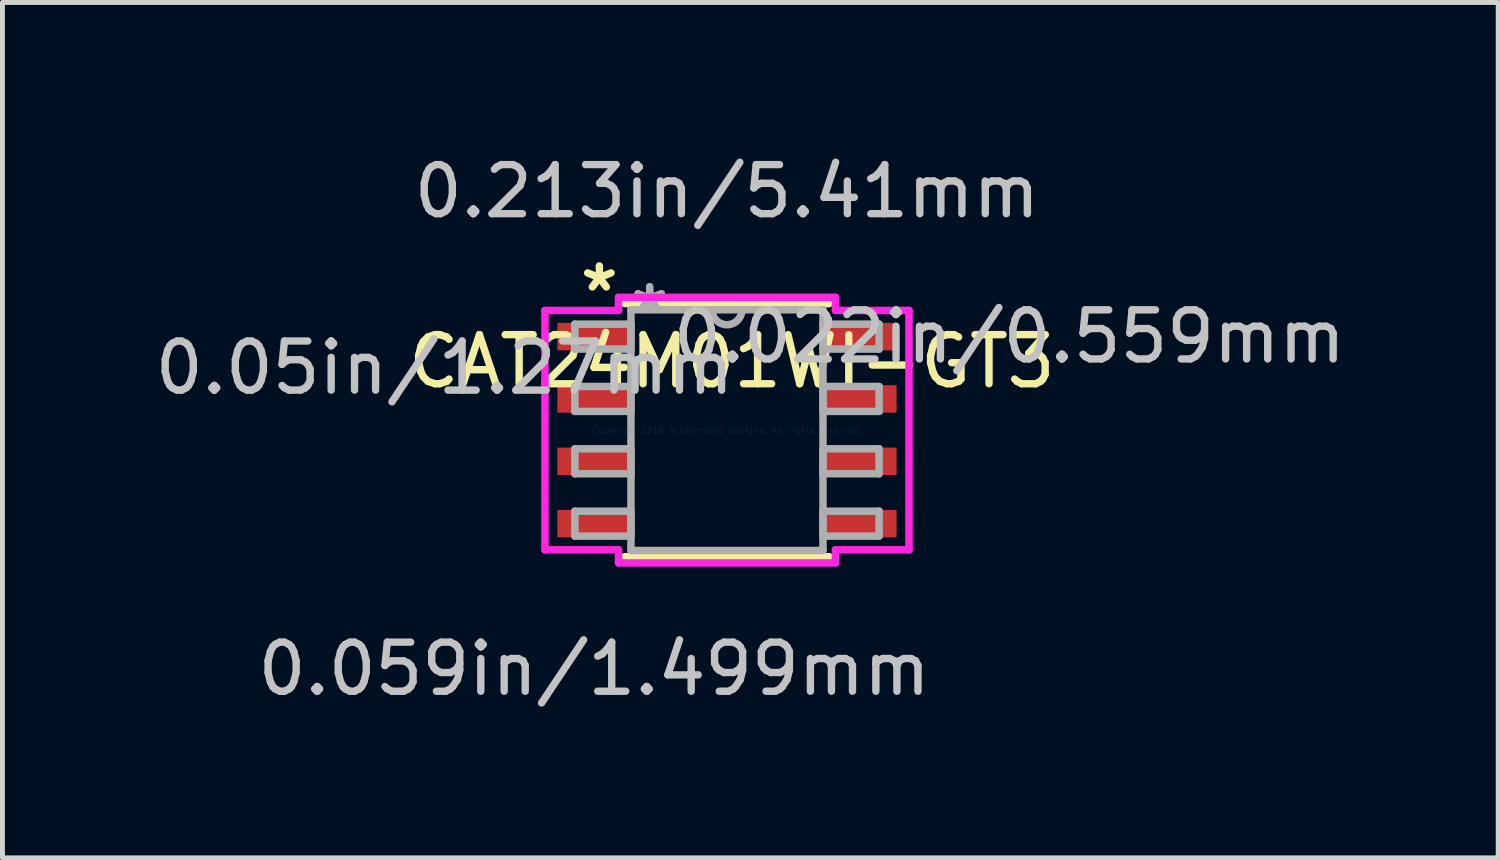
<source format=kicad_pcb>
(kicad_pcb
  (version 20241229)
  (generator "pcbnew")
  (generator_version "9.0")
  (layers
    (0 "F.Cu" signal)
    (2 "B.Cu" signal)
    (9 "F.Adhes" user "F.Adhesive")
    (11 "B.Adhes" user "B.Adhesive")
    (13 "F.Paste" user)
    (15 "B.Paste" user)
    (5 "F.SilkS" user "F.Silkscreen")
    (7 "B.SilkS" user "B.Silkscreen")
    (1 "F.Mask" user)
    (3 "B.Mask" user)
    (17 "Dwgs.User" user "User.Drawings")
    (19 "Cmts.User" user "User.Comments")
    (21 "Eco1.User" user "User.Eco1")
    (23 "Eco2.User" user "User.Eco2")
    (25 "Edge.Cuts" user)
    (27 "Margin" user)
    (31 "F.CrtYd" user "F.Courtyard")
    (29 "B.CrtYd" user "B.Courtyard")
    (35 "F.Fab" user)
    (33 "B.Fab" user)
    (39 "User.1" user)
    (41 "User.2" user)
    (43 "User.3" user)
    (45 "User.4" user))
  (footprint "CAT24M01WI-GT3"
    (layer "F.Cu")
    (at 11.759 5.712)
    (property "Reference" "CAT24M01WI-GT3" (at 0.1 -1.4 0) (layer "F.SilkS") (effects (font (size 1 1) (thickness 0.15))))
    (attr through_hole)
    (fp_line (start -2.083 2.578) (end 2.083 2.578) (stroke (width 0.152) (type solid)) (layer "F.SilkS"))
    (fp_line (start 2.083 -2.578) (end -2.083 -2.578) (stroke (width 0.152) (type solid)) (layer "F.SilkS"))
    (fp_line (start -3.708 -2.438) (end -2.21 -2.438) (stroke (width 0.152) (type solid)) (layer "F.CrtYd"))
    (fp_line (start -3.708 2.438) (end -3.708 -2.438) (stroke (width 0.152) (type solid)) (layer "F.CrtYd"))
    (fp_line (start -2.21 -2.705) (end 2.21 -2.705) (stroke (width 0.152) (type solid)) (layer "F.CrtYd"))
    (fp_line (start -2.21 -2.438) (end -2.21 -2.705) (stroke (width 0.152) (type solid)) (layer "F.CrtYd"))
    (fp_line (start -2.21 2.438) (end -3.708 2.438) (stroke (width 0.152) (type solid)) (layer "F.CrtYd"))
    (fp_line (start -2.21 2.705) (end -2.21 2.438) (stroke (width 0.152) (type solid)) (layer "F.CrtYd"))
    (fp_line (start 2.21 -2.705) (end 2.21 -2.438) (stroke (width 0.152) (type solid)) (layer "F.CrtYd"))
    (fp_line (start 2.21 -2.438) (end 3.708 -2.438) (stroke (width 0.152) (type solid)) (layer "F.CrtYd"))
    (fp_line (start 2.21 2.438) (end 2.21 2.705) (stroke (width 0.152) (type solid)) (layer "F.CrtYd"))
    (fp_line (start 2.21 2.705) (end -2.21 2.705) (stroke (width 0.152) (type solid)) (layer "F.CrtYd"))
    (fp_line (start 3.708 -2.438) (end 3.708 2.438) (stroke (width 0.152) (type solid)) (layer "F.CrtYd"))
    (fp_line (start 3.708 2.438) (end 2.21 2.438) (stroke (width 0.152) (type solid)) (layer "F.CrtYd"))
    (fp_line (start -3.099 -2.159) (end -3.099 -1.651) (stroke (width 0.152) (type solid)) (layer "F.Fab"))
    (fp_line (start -3.099 -1.651) (end -1.956 -1.651) (stroke (width 0.152) (type solid)) (layer "F.Fab"))
    (fp_line (start -3.099 -0.889) (end -3.099 -0.381) (stroke (width 0.152) (type solid)) (layer "F.Fab"))
    (fp_line (start -3.099 -0.381) (end -1.956 -0.381) (stroke (width 0.152) (type solid)) (layer "F.Fab"))
    (fp_line (start -3.099 0.381) (end -3.099 0.889) (stroke (width 0.152) (type solid)) (layer "F.Fab"))
    (fp_line (start -3.099 0.889) (end -1.956 0.889) (stroke (width 0.152) (type solid)) (layer "F.Fab"))
    (fp_line (start -3.099 1.651) (end -3.099 2.159) (stroke (width 0.152) (type solid)) (layer "F.Fab"))
    (fp_line (start -3.099 2.159) (end -1.956 2.159) (stroke (width 0.152) (type solid)) (layer "F.Fab"))
    (fp_line (start -1.956 -2.451) (end -1.956 2.451) (stroke (width 0.152) (type solid)) (layer "F.Fab"))
    (fp_line (start -1.956 -2.159) (end -3.099 -2.159) (stroke (width 0.152) (type solid)) (layer "F.Fab"))
    (fp_line (start -1.956 -1.651) (end -1.956 -2.159) (stroke (width 0.152) (type solid)) (layer "F.Fab"))
    (fp_line (start -1.956 -0.889) (end -3.099 -0.889) (stroke (width 0.152) (type solid)) (layer "F.Fab"))
    (fp_line (start -1.956 -0.381) (end -1.956 -0.889) (stroke (width 0.152) (type solid)) (layer "F.Fab"))
    (fp_line (start -1.956 0.381) (end -3.099 0.381) (stroke (width 0.152) (type solid)) (layer "F.Fab"))
    (fp_line (start -1.956 0.889) (end -1.956 0.381) (stroke (width 0.152) (type solid)) (layer "F.Fab"))
    (fp_line (start -1.956 1.651) (end -3.099 1.651) (stroke (width 0.152) (type solid)) (layer "F.Fab"))
    (fp_line (start -1.956 2.159) (end -1.956 1.651) (stroke (width 0.152) (type solid)) (layer "F.Fab"))
    (fp_line (start -1.956 2.451) (end 1.956 2.451) (stroke (width 0.152) (type solid)) (layer "F.Fab"))
    (fp_line (start 1.956 -2.451) (end -1.956 -2.451) (stroke (width 0.152) (type solid)) (layer "F.Fab"))
    (fp_line (start 1.956 -2.159) (end 1.956 -1.651) (stroke (width 0.152) (type solid)) (layer "F.Fab"))
    (fp_line (start 1.956 -1.651) (end 3.099 -1.651) (stroke (width 0.152) (type solid)) (layer "F.Fab"))
    (fp_line (start 1.956 -0.889) (end 1.956 -0.381) (stroke (width 0.152) (type solid)) (layer "F.Fab"))
    (fp_line (start 1.956 -0.381) (end 3.099 -0.381) (stroke (width 0.152) (type solid)) (layer "F.Fab"))
    (fp_line (start 1.956 0.381) (end 1.956 0.889) (stroke (width 0.152) (type solid)) (layer "F.Fab"))
    (fp_line (start 1.956 0.889) (end 3.099 0.889) (stroke (width 0.152) (type solid)) (layer "F.Fab"))
    (fp_line (start 1.956 1.651) (end 1.956 2.159) (stroke (width 0.152) (type solid)) (layer "F.Fab"))
    (fp_line (start 1.956 2.159) (end 3.099 2.159) (stroke (width 0.152) (type solid)) (layer "F.Fab"))
    (fp_line (start 1.956 2.451) (end 1.956 -2.451) (stroke (width 0.152) (type solid)) (layer "F.Fab"))
    (fp_line (start 3.099 -2.159) (end 1.956 -2.159) (stroke (width 0.152) (type solid)) (layer "F.Fab"))
    (fp_line (start 3.099 -1.651) (end 3.099 -2.159) (stroke (width 0.152) (type solid)) (layer "F.Fab"))
    (fp_line (start 3.099 -0.889) (end 1.956 -0.889) (stroke (width 0.152) (type solid)) (layer "F.Fab"))
    (fp_line (start 3.099 -0.381) (end 3.099 -0.889) (stroke (width 0.152) (type solid)) (layer "F.Fab"))
    (fp_line (start 3.099 0.381) (end 1.956 0.381) (stroke (width 0.152) (type solid)) (layer "F.Fab"))
    (fp_line (start 3.099 0.889) (end 3.099 0.381) (stroke (width 0.152) (type solid)) (layer "F.Fab"))
    (fp_line (start 3.099 1.651) (end 1.956 1.651) (stroke (width 0.152) (type solid)) (layer "F.Fab"))
    (fp_line (start 3.099 2.159) (end 3.099 1.651) (stroke (width 0.152) (type solid)) (layer "F.Fab"))
    (fp_arc (start 0.3048 -2.4511) (mid 0 -2.1463) (end -0.3048 -2.4511) (stroke (width 0.1524) (type solid)) (layer "F.Fab"))
    (fp_text user "*" (at -2.6 -2.8 0) (layer "F.SilkS") (effects (font (size 1 1) (thickness 0.15))))
    (fp_text user "0.022in/0.559mm" (at 5.753 -1.905 0) (layer "Dwgs.User") (effects (font (size 1 1) (thickness 0.15))))
    (fp_text user "0.213in/5.41mm" (at 0 -4.864 0) (layer "Dwgs.User") (effects (font (size 1 1) (thickness 0.15))))
    (fp_text user "0.059in/1.499mm" (at -2.705 4.864 0) (layer "Dwgs.User") (effects (font (size 1 1) (thickness 0.15))))
    (fp_text user "0.05in/1.27mm" (at -5.753 -1.27 0) (layer "Dwgs.User") (effects (font (size 1 1) (thickness 0.15))))
    (fp_text user "Copyright 2016 Accelerated Designs. All rights reserved." (at 0 0 0) (layer "Cmts.User") (effects (font (size 0.127 0.127) (thickness 0.002))))
    (fp_text user "*" (at -1.575 -2.375 0) (layer "F.Fab") (effects (font (size 1 1) (thickness 0.15))))
    (fp_text user "*" (at -1.575 -2.375 0) (layer "F.Fab") (effects (font (size 1 1) (thickness 0.15))))
    (pad "1" smd rect (at -2.705 -1.905) (size 1.499 0.559) (layers "F.Cu" "F.Mask" "F.Paste"))
    (pad "2" smd rect (at -2.705 -0.635) (size 1.499 0.559) (layers "F.Cu" "F.Mask" "F.Paste"))
    (pad "3" smd rect (at -2.705 0.635) (size 1.499 0.559) (layers "F.Cu" "F.Mask" "F.Paste"))
    (pad "4" smd rect (at -2.705 1.905) (size 1.499 0.559) (layers "F.Cu" "F.Mask" "F.Paste"))
    (pad "5" smd rect (at 2.705 1.905) (size 1.499 0.559) (layers "F.Cu" "F.Mask" "F.Paste"))
    (pad "6" smd rect (at 2.705 0.635) (size 1.499 0.559) (layers "F.Cu" "F.Mask" "F.Paste"))
    (pad "7" smd rect (at 2.705 -0.635) (size 1.499 0.559) (layers "F.Cu" "F.Mask" "F.Paste"))
    (pad "8" smd rect (at 2.705 -1.905) (size 1.499 0.559) (layers "F.Cu" "F.Mask" "F.Paste")))
  (gr_rect
    (start -3 -3)
    (end 27.47 14.425)
    (stroke (width 0.1) (type default))
    (fill no)
    (layer "Edge.Cuts")))
</source>
